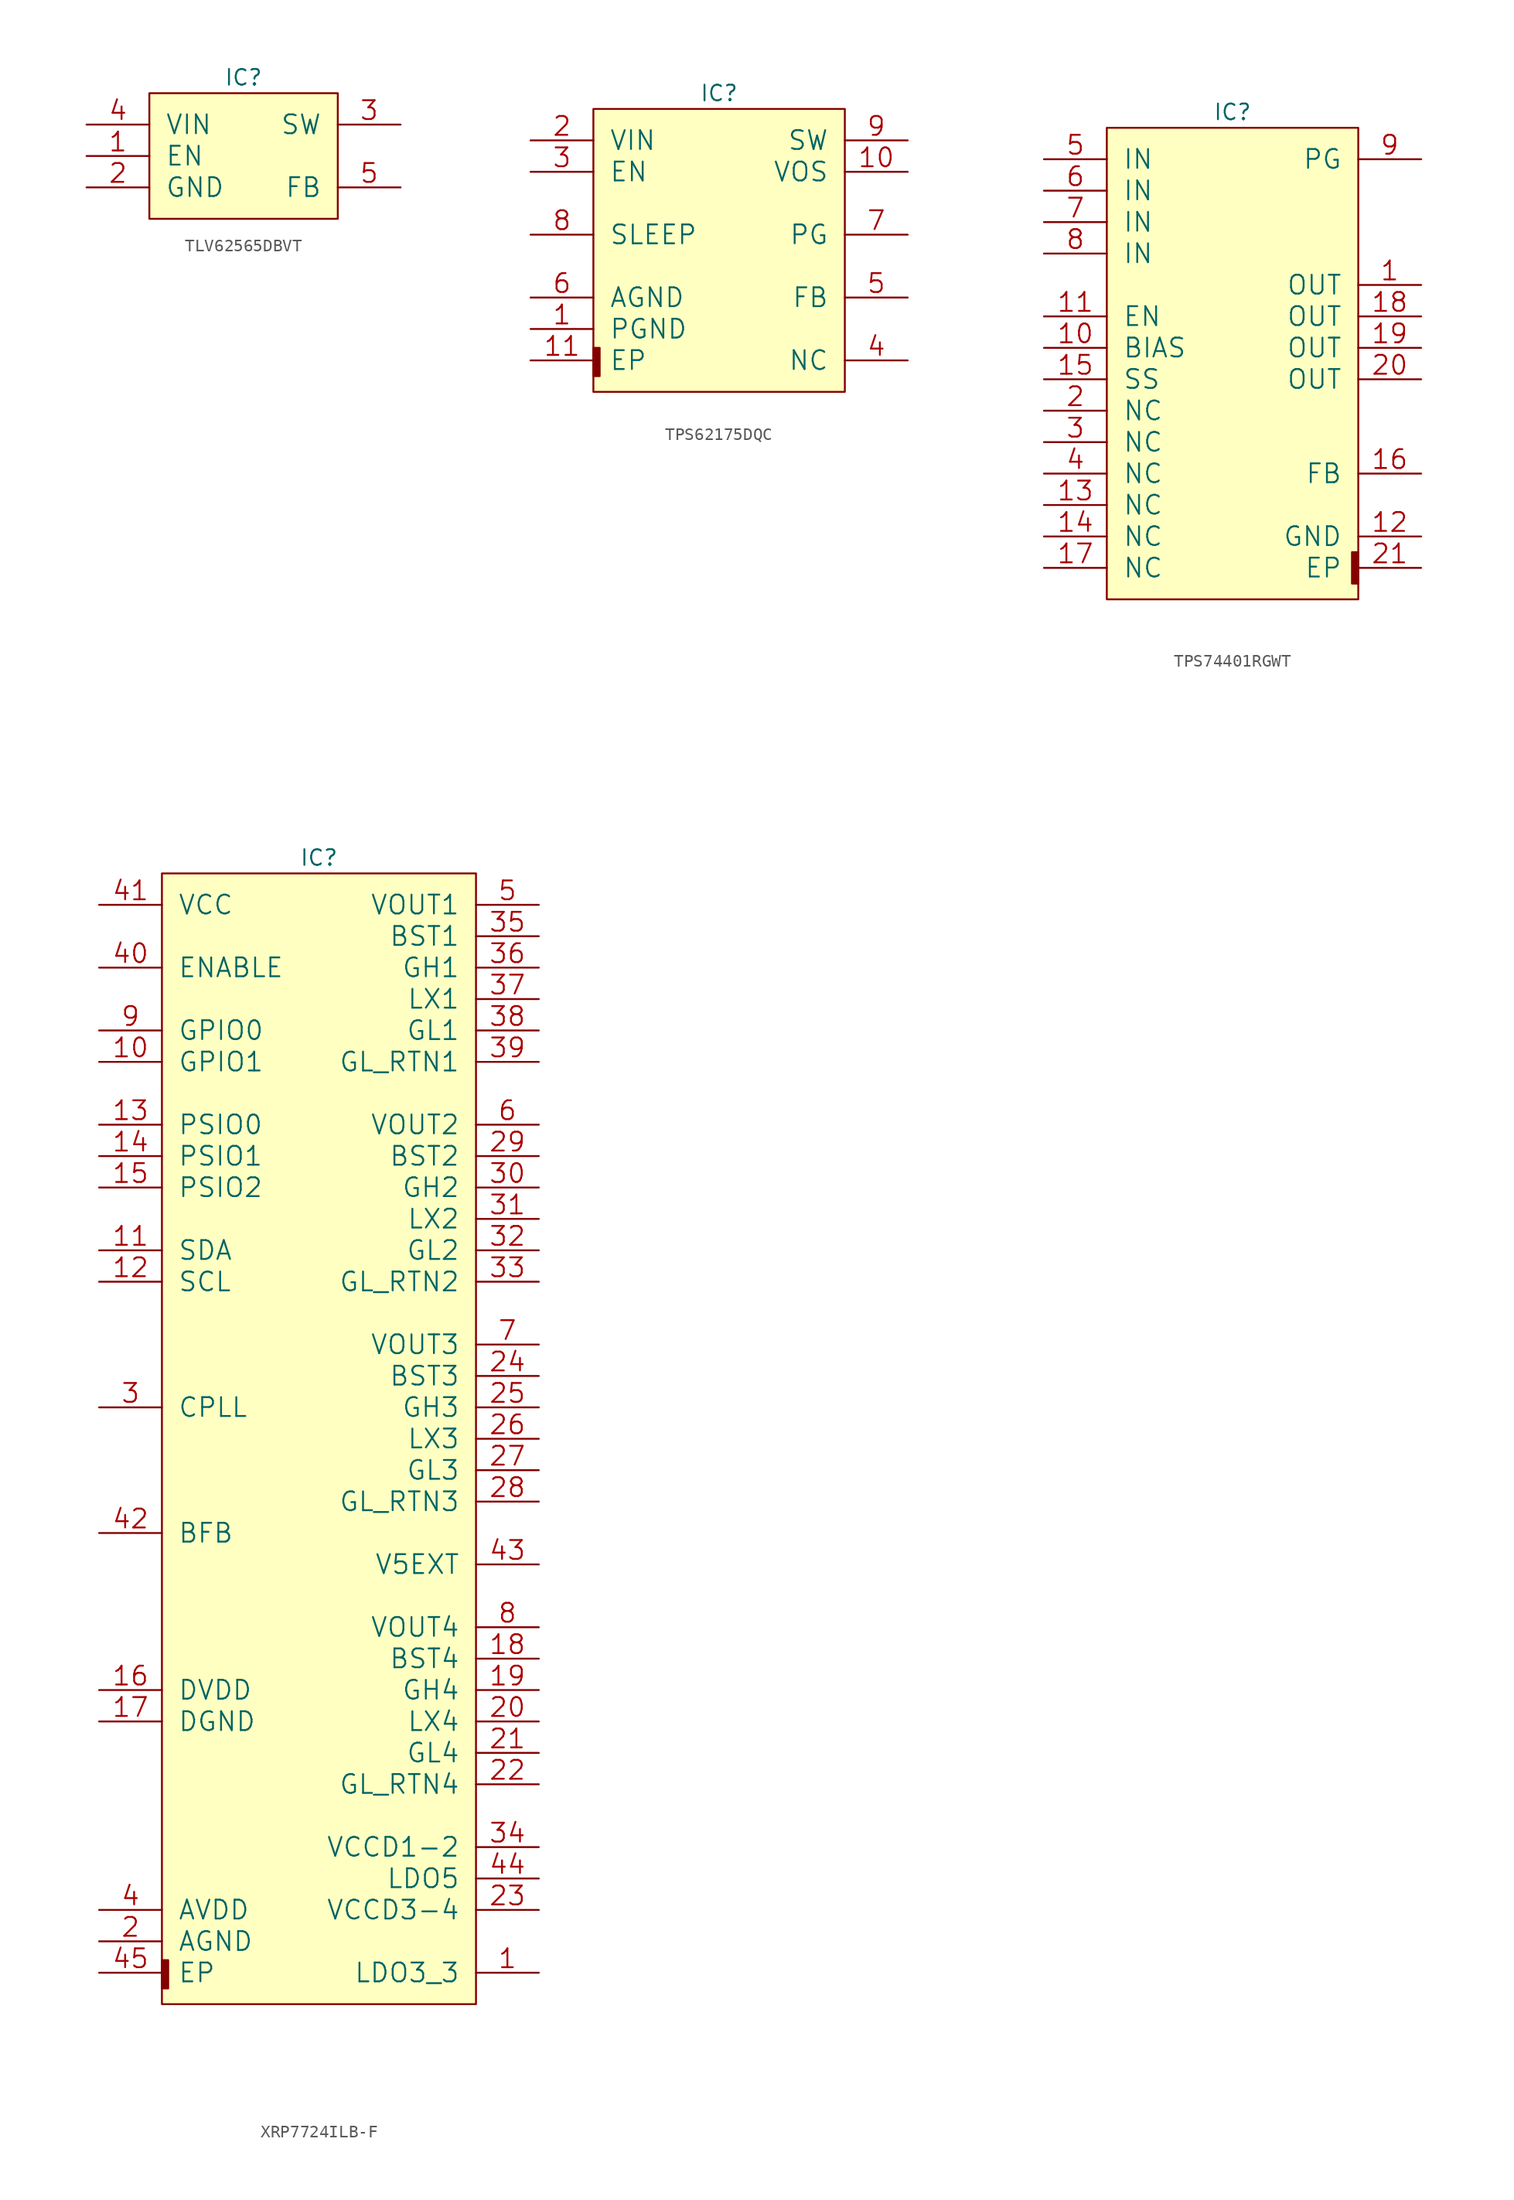
<source format=kicad_sym>
(kicad_symbol_lib
  (version 20211014)
  (generator kicad_symbol_editor)
  (symbol "TLV62565DBVT"
    (pin_names
      (offset 1.27))
    (property "Reference" "IC"
      (at 7.62 1.27 0)
      (effects (font (size 1.27 1.27))))
    (property "ki_locked" ""
      (at 0 0 0)
      (effects (font (size 1.27 1.27))))
    (symbol "TLV62565DBVT_0_1"
      (rectangle (start 0 -10.16) (end 15.24 0) (stroke (width 0) (type default) (color 0 0 0 0)) (fill (type background)))
      (pin input line (at -5.08 -5.08 0) (length 5.08) (name "EN" (effects (font (size 1.524 1.524)))) (number "1" (effects (font (size 1.524 1.524)))))
      (pin power_in line (at -5.08 -7.62 0) (length 5.08) (name "GND" (effects (font (size 1.524 1.524)))) (number "2" (effects (font (size 1.524 1.524)))))
      (pin power_out line (at 20.32 -2.54 180) (length 5.08) (name "SW" (effects (font (size 1.524 1.524)))) (number "3" (effects (font (size 1.524 1.524)))))
      (pin input line (at -5.08 -2.54 0) (length 5.08) (name "VIN" (effects (font (size 1.524 1.524)))) (number "4" (effects (font (size 1.524 1.524)))))
      (pin input line (at 20.32 -7.62 180) (length 5.08) (name "FB" (effects (font (size 1.524 1.524)))) (number "5" (effects (font (size 1.524 1.524)))))))
  (symbol "TPS62175DQC"
    (pin_names
      (offset 1.27))
    (property "Reference" "IC"
      (at 10.16 1.27 0)
      (effects (font (size 1.27 1.27))))
    (property "ki_locked" ""
      (at 0 0 0)
      (effects (font (size 1.27 1.27))))
    (symbol "TPS62175DQC_0_1"
      (rectangle (start 0 -22.86) (end 20.32 0) (stroke (width 0) (type default) (color 0 0 0 0)) (fill (type background)))
      (rectangle (start 0 -21.59) (end 0.508 -19.304) (stroke (width 0) (type default) (color 0 0 0 0)) (fill (type outline)))
      (pin power_in line (at -5.08 -17.78 0) (length 5.08) (name "PGND" (effects (font (size 1.524 1.524)))) (number "1" (effects (font (size 1.524 1.524)))))
      (pin input line (at 25.4 -5.08 180) (length 5.08) (name "VOS" (effects (font (size 1.524 1.524)))) (number "10" (effects (font (size 1.524 1.524)))))
      (pin power_in line (at -5.08 -20.32 0) (length 5.08) (name "EP" (effects (font (size 1.524 1.524)))) (number "11" (effects (font (size 1.524 1.524)))))
      (pin input line (at -5.08 -2.54 0) (length 5.08) (name "VIN" (effects (font (size 1.524 1.524)))) (number "2" (effects (font (size 1.524 1.524)))))
      (pin input line (at -5.08 -5.08 0) (length 5.08) (name "EN" (effects (font (size 1.524 1.524)))) (number "3" (effects (font (size 1.524 1.524)))))
      (pin passive line (at 25.4 -20.32 180) (length 5.08) (name "NC" (effects (font (size 1.524 1.524)))) (number "4" (effects (font (size 1.524 1.524)))))
      (pin input line (at 25.4 -15.24 180) (length 5.08) (name "FB" (effects (font (size 1.524 1.524)))) (number "5" (effects (font (size 1.524 1.524)))))
      (pin power_in line (at -5.08 -15.24 0) (length 5.08) (name "AGND" (effects (font (size 1.524 1.524)))) (number "6" (effects (font (size 1.524 1.524)))))
      (pin output line (at 25.4 -10.16 180) (length 5.08) (name "PG" (effects (font (size 1.524 1.524)))) (number "7" (effects (font (size 1.524 1.524)))))
      (pin input line (at -5.08 -10.16 0) (length 5.08) (name "SLEEP" (effects (font (size 1.524 1.524)))) (number "8" (effects (font (size 1.524 1.524)))))
      (pin output line (at 25.4 -2.54 180) (length 5.08) (name "SW" (effects (font (size 1.524 1.524)))) (number "9" (effects (font (size 1.524 1.524)))))))
  (symbol "TPS74401RGWT"
    (pin_names
      (offset 1.27))
    (property "Reference" "IC"
      (at 10.16 1.27 0)
      (effects (font (size 1.27 1.27))))
    (property "ki_locked" ""
      (at 0 0 0)
      (effects (font (size 1.27 1.27))))
    (symbol "TPS74401RGWT_0_1"
      (rectangle (start 0 -38.1) (end 20.32 0) (stroke (width 0) (type default) (color 0 0 0 0)) (fill (type background)))
      (rectangle (start 19.812 -36.83) (end 20.32 -34.29) (stroke (width 0) (type default) (color 0 0 0 0)) (fill (type outline)))
      (pin power_out line (at 25.4 -12.7 180) (length 5.08) (name "OUT" (effects (font (size 1.524 1.524)))) (number "1" (effects (font (size 1.524 1.524)))))
      (pin input line (at -5.08 -17.78 0) (length 5.08) (name "BIAS" (effects (font (size 1.524 1.524)))) (number "10" (effects (font (size 1.524 1.524)))))
      (pin input line (at -5.08 -15.24 0) (length 5.08) (name "EN" (effects (font (size 1.524 1.524)))) (number "11" (effects (font (size 1.524 1.524)))))
      (pin power_in line (at 25.4 -33.02 180) (length 5.08) (name "GND" (effects (font (size 1.524 1.524)))) (number "12" (effects (font (size 1.524 1.524)))))
      (pin passive line (at -5.08 -30.48 0) (length 5.08) (name "NC" (effects (font (size 1.524 1.524)))) (number "13" (effects (font (size 1.524 1.524)))))
      (pin passive line (at -5.08 -33.02 0) (length 5.08) (name "NC" (effects (font (size 1.524 1.524)))) (number "14" (effects (font (size 1.524 1.524)))))
      (pin passive line (at -5.08 -20.32 0) (length 5.08) (name "SS" (effects (font (size 1.524 1.524)))) (number "15" (effects (font (size 1.524 1.524)))))
      (pin output line (at 25.4 -27.94 180) (length 5.08) (name "FB" (effects (font (size 1.524 1.524)))) (number "16" (effects (font (size 1.524 1.524)))))
      (pin passive line (at -5.08 -35.56 0) (length 5.08) (name "NC" (effects (font (size 1.524 1.524)))) (number "17" (effects (font (size 1.524 1.524)))))
      (pin passive line (at 25.4 -15.24 180) (length 5.08) (name "OUT" (effects (font (size 1.524 1.524)))) (number "18" (effects (font (size 1.524 1.524)))))
      (pin passive line (at 25.4 -17.78 180) (length 5.08) (name "OUT" (effects (font (size 1.524 1.524)))) (number "19" (effects (font (size 1.524 1.524)))))
      (pin passive line (at -5.08 -22.86 0) (length 5.08) (name "NC" (effects (font (size 1.524 1.524)))) (number "2" (effects (font (size 1.524 1.524)))))
      (pin passive line (at 25.4 -20.32 180) (length 5.08) (name "OUT" (effects (font (size 1.524 1.524)))) (number "20" (effects (font (size 1.524 1.524)))))
      (pin power_in line (at 25.4 -35.56 180) (length 5.08) (name "EP" (effects (font (size 1.524 1.524)))) (number "21" (effects (font (size 1.524 1.524)))))
      (pin passive line (at -5.08 -25.4 0) (length 5.08) (name "NC" (effects (font (size 1.524 1.524)))) (number "3" (effects (font (size 1.524 1.524)))))
      (pin passive line (at -5.08 -27.94 0) (length 5.08) (name "NC" (effects (font (size 1.524 1.524)))) (number "4" (effects (font (size 1.524 1.524)))))
      (pin input line (at -5.08 -2.54 0) (length 5.08) (name "IN" (effects (font (size 1.524 1.524)))) (number "5" (effects (font (size 1.524 1.524)))))
      (pin input line (at -5.08 -5.08 0) (length 5.08) (name "IN" (effects (font (size 1.524 1.524)))) (number "6" (effects (font (size 1.524 1.524)))))
      (pin input line (at -5.08 -7.62 0) (length 5.08) (name "IN" (effects (font (size 1.524 1.524)))) (number "7" (effects (font (size 1.524 1.524)))))
      (pin input line (at -5.08 -10.16 0) (length 5.08) (name "IN" (effects (font (size 1.524 1.524)))) (number "8" (effects (font (size 1.524 1.524)))))
      (pin output line (at 25.4 -2.54 180) (length 5.08) (name "PG" (effects (font (size 1.524 1.524)))) (number "9" (effects (font (size 1.524 1.524)))))))
  (symbol "XRP7724ILB-F"
    (pin_names
      (offset 1.27))
    (property "Reference" "IC"
      (at 12.7 1.27 0)
      (effects (font (size 1.27 1.27))))
    (property "ki_locked" ""
      (at 0 0 0)
      (effects (font (size 1.27 1.27))))
    (symbol "XRP7724ILB-F_0_1"
      (rectangle (start 0 -91.44) (end 25.4 0) (stroke (width 0) (type default) (color 0 0 0 0)) (fill (type background)))
      (rectangle (start 0 -90.17) (end 0.508 -87.884) (stroke (width 0) (type default) (color 0 0 0 0)) (fill (type outline)))
      (pin output line (at 30.48 -88.9 180) (length 5.08) (name "LDO3_3" (effects (font (size 1.524 1.524)))) (number "1" (effects (font (size 1.524 1.524)))))
      (pin bidirectional line (at -5.08 -15.24 0) (length 5.08) (name "GPIO1" (effects (font (size 1.524 1.524)))) (number "10" (effects (font (size 1.524 1.524)))))
      (pin bidirectional line (at -5.08 -30.48 0) (length 5.08) (name "SDA" (effects (font (size 1.524 1.524)))) (number "11" (effects (font (size 1.524 1.524)))))
      (pin bidirectional line (at -5.08 -33.02 0) (length 5.08) (name "SCL" (effects (font (size 1.524 1.524)))) (number "12" (effects (font (size 1.524 1.524)))))
      (pin output line (at -5.08 -20.32 0) (length 5.08) (name "PSIO0" (effects (font (size 1.524 1.524)))) (number "13" (effects (font (size 1.524 1.524)))))
      (pin output line (at -5.08 -22.86 0) (length 5.08) (name "PSIO1" (effects (font (size 1.524 1.524)))) (number "14" (effects (font (size 1.524 1.524)))))
      (pin output line (at -5.08 -25.4 0) (length 5.08) (name "PSIO2" (effects (font (size 1.524 1.524)))) (number "15" (effects (font (size 1.524 1.524)))))
      (pin power_in line (at -5.08 -66.04 0) (length 5.08) (name "DVDD" (effects (font (size 1.524 1.524)))) (number "16" (effects (font (size 1.524 1.524)))))
      (pin power_in line (at -5.08 -68.58 0) (length 5.08) (name "DGND" (effects (font (size 1.524 1.524)))) (number "17" (effects (font (size 1.524 1.524)))))
      (pin input line (at 30.48 -63.5 180) (length 5.08) (name "BST4" (effects (font (size 1.524 1.524)))) (number "18" (effects (font (size 1.524 1.524)))))
      (pin output line (at 30.48 -66.04 180) (length 5.08) (name "GH4" (effects (font (size 1.524 1.524)))) (number "19" (effects (font (size 1.524 1.524)))))
      (pin power_in line (at -5.08 -86.36 0) (length 5.08) (name "AGND" (effects (font (size 1.524 1.524)))) (number "2" (effects (font (size 1.524 1.524)))))
      (pin input line (at 30.48 -68.58 180) (length 5.08) (name "LX4" (effects (font (size 1.524 1.524)))) (number "20" (effects (font (size 1.524 1.524)))))
      (pin output line (at 30.48 -71.12 180) (length 5.08) (name "GL4" (effects (font (size 1.524 1.524)))) (number "21" (effects (font (size 1.524 1.524)))))
      (pin power_in line (at 30.48 -73.66 180) (length 5.08) (name "GL_RTN4" (effects (font (size 1.524 1.524)))) (number "22" (effects (font (size 1.524 1.524)))))
      (pin passive line (at 30.48 -83.82 180) (length 5.08) (name "VCCD3-4" (effects (font (size 1.524 1.524)))) (number "23" (effects (font (size 1.524 1.524)))))
      (pin input line (at 30.48 -40.64 180) (length 5.08) (name "BST3" (effects (font (size 1.524 1.524)))) (number "24" (effects (font (size 1.524 1.524)))))
      (pin output line (at 30.48 -43.18 180) (length 5.08) (name "GH3" (effects (font (size 1.524 1.524)))) (number "25" (effects (font (size 1.524 1.524)))))
      (pin input line (at 30.48 -45.72 180) (length 5.08) (name "LX3" (effects (font (size 1.524 1.524)))) (number "26" (effects (font (size 1.524 1.524)))))
      (pin output line (at 30.48 -48.26 180) (length 5.08) (name "GL3" (effects (font (size 1.524 1.524)))) (number "27" (effects (font (size 1.524 1.524)))))
      (pin power_in line (at 30.48 -50.8 180) (length 5.08) (name "GL_RTN3" (effects (font (size 1.524 1.524)))) (number "28" (effects (font (size 1.524 1.524)))))
      (pin input line (at 30.48 -22.86 180) (length 5.08) (name "BST2" (effects (font (size 1.524 1.524)))) (number "29" (effects (font (size 1.524 1.524)))))
      (pin passive line (at -5.08 -43.18 0) (length 5.08) (name "CPLL" (effects (font (size 1.524 1.524)))) (number "3" (effects (font (size 1.524 1.524)))))
      (pin output line (at 30.48 -25.4 180) (length 5.08) (name "GH2" (effects (font (size 1.524 1.524)))) (number "30" (effects (font (size 1.524 1.524)))))
      (pin input line (at 30.48 -27.94 180) (length 5.08) (name "LX2" (effects (font (size 1.524 1.524)))) (number "31" (effects (font (size 1.524 1.524)))))
      (pin output line (at 30.48 -30.48 180) (length 5.08) (name "GL2" (effects (font (size 1.524 1.524)))) (number "32" (effects (font (size 1.524 1.524)))))
      (pin power_in line (at 30.48 -33.02 180) (length 5.08) (name "GL_RTN2" (effects (font (size 1.524 1.524)))) (number "33" (effects (font (size 1.524 1.524)))))
      (pin power_out line (at 30.48 -78.74 180) (length 5.08) (name "VCCD1-2" (effects (font (size 1.524 1.524)))) (number "34" (effects (font (size 1.524 1.524)))))
      (pin input line (at 30.48 -5.08 180) (length 5.08) (name "BST1" (effects (font (size 1.524 1.524)))) (number "35" (effects (font (size 1.524 1.524)))))
      (pin output line (at 30.48 -7.62 180) (length 5.08) (name "GH1" (effects (font (size 1.524 1.524)))) (number "36" (effects (font (size 1.524 1.524)))))
      (pin input line (at 30.48 -10.16 180) (length 5.08) (name "LX1" (effects (font (size 1.524 1.524)))) (number "37" (effects (font (size 1.524 1.524)))))
      (pin output line (at 30.48 -12.7 180) (length 5.08) (name "GL1" (effects (font (size 1.524 1.524)))) (number "38" (effects (font (size 1.524 1.524)))))
      (pin power_in line (at 30.48 -15.24 180) (length 5.08) (name "GL_RTN1" (effects (font (size 1.524 1.524)))) (number "39" (effects (font (size 1.524 1.524)))))
      (pin power_in line (at -5.08 -83.82 0) (length 5.08) (name "AVDD" (effects (font (size 1.524 1.524)))) (number "4" (effects (font (size 1.524 1.524)))))
      (pin input line (at -5.08 -7.62 0) (length 5.08) (name "ENABLE" (effects (font (size 1.524 1.524)))) (number "40" (effects (font (size 1.524 1.524)))))
      (pin power_in line (at -5.08 -2.54 0) (length 5.08) (name "VCC" (effects (font (size 1.524 1.524)))) (number "41" (effects (font (size 1.524 1.524)))))
      (pin input line (at -5.08 -53.34 0) (length 5.08) (name "BFB" (effects (font (size 1.524 1.524)))) (number "42" (effects (font (size 1.524 1.524)))))
      (pin output line (at 30.48 -55.88 180) (length 5.08) (name "V5EXT" (effects (font (size 1.524 1.524)))) (number "43" (effects (font (size 1.524 1.524)))))
      (pin power_in line (at 30.48 -81.28 180) (length 5.08) (name "LDO5" (effects (font (size 1.524 1.524)))) (number "44" (effects (font (size 1.524 1.524)))))
      (pin power_in line (at -5.08 -88.9 0) (length 5.08) (name "EP" (effects (font (size 1.524 1.524)))) (number "45" (effects (font (size 1.524 1.524)))))
      (pin input line (at 30.48 -2.54 180) (length 5.08) (name "VOUT1" (effects (font (size 1.524 1.524)))) (number "5" (effects (font (size 1.524 1.524)))))
      (pin input line (at 30.48 -20.32 180) (length 5.08) (name "VOUT2" (effects (font (size 1.524 1.524)))) (number "6" (effects (font (size 1.524 1.524)))))
      (pin input line (at 30.48 -38.1 180) (length 5.08) (name "VOUT3" (effects (font (size 1.524 1.524)))) (number "7" (effects (font (size 1.524 1.524)))))
      (pin input line (at 30.48 -60.96 180) (length 5.08) (name "VOUT4" (effects (font (size 1.524 1.524)))) (number "8" (effects (font (size 1.524 1.524)))))
      (pin bidirectional line (at -5.08 -12.7 0) (length 5.08) (name "GPIO0" (effects (font (size 1.524 1.524)))) (number "9" (effects (font (size 1.524 1.524))))))))
</source>
